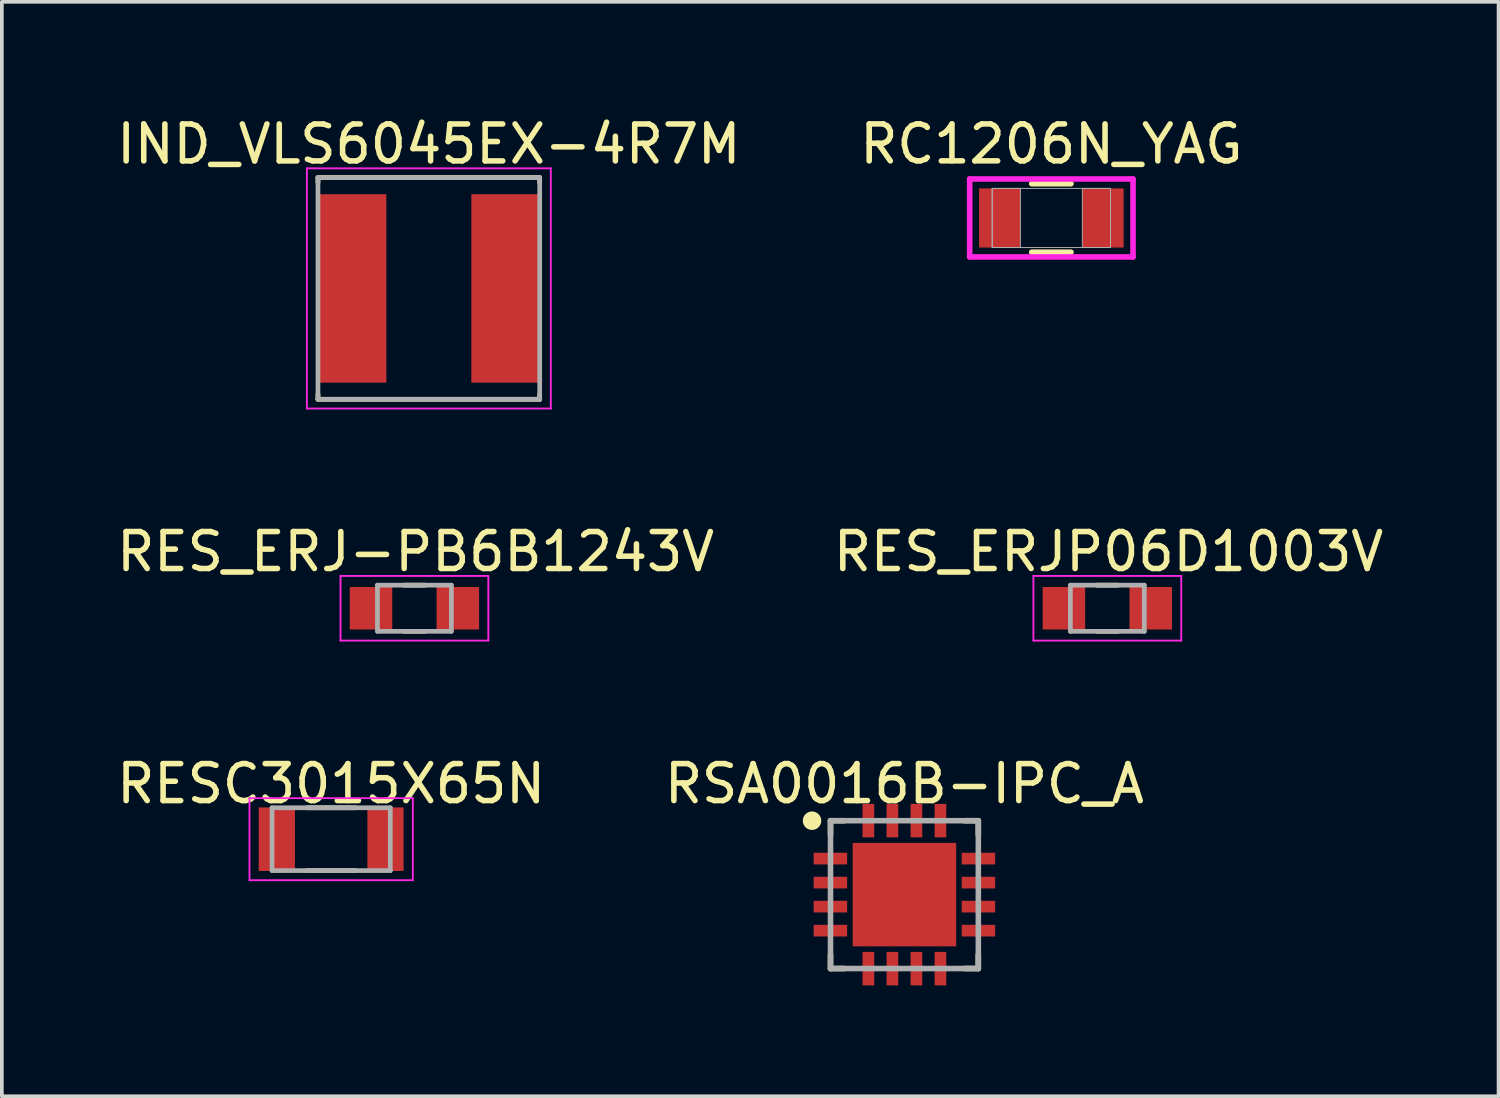
<source format=kicad_pcb>
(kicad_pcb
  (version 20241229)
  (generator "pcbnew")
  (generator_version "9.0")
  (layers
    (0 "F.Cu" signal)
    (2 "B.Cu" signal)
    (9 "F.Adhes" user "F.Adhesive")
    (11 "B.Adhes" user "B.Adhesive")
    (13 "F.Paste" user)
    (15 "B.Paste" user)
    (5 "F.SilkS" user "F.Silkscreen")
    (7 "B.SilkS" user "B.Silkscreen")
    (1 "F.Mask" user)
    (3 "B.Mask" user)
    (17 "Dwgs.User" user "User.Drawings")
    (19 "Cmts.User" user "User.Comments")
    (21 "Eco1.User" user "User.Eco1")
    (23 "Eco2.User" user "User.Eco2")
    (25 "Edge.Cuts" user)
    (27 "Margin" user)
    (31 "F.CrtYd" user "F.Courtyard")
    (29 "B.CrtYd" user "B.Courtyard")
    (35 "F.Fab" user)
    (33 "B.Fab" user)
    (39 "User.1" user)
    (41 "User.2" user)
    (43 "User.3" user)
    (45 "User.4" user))
  (footprint "RC1206N_YAG"
    (layer "F.Cu")
    (at 25.399 2.848)
    (property "Reference" "RC1206N_YAG" (at 0 -2 0) (unlocked yes) (layer "F.SilkS") (effects (font (size 1 1) (thickness 0.15))))
    (attr smd)
    (fp_line (start -0.531 0.927) (end 0.531 0.927) (stroke (width 0.152) (type solid)) (layer "F.SilkS"))
    (fp_line (start 0.531 -0.927) (end -0.531 -0.927) (stroke (width 0.152) (type solid)) (layer "F.SilkS"))
    (fp_line (start -2.21 -1.054) (end 2.21 -1.054) (stroke (width 0.152) (type solid)) (layer "F.CrtYd"))
    (fp_line (start -2.21 1.054) (end -2.21 -1.054) (stroke (width 0.152) (type solid)) (layer "F.CrtYd"))
    (fp_line (start 2.21 -1.054) (end 2.21 1.054) (stroke (width 0.152) (type solid)) (layer "F.CrtYd"))
    (fp_line (start 2.21 1.054) (end -2.21 1.054) (stroke (width 0.152) (type solid)) (layer "F.CrtYd"))
    (fp_line (start -1.6 -0.8) (end -1.6 0.8) (stroke (width 0.025) (type solid)) (layer "F.Fab"))
    (fp_line (start -1.6 -0.8) (end -1.6 0.8) (stroke (width 0.025) (type solid)) (layer "F.Fab"))
    (fp_line (start -1.6 0.8) (end -0.838 0.8) (stroke (width 0.025) (type solid)) (layer "F.Fab"))
    (fp_line (start -1.6 0.8) (end 1.6 0.8) (stroke (width 0.025) (type solid)) (layer "F.Fab"))
    (fp_line (start -0.838 -0.8) (end -1.6 -0.8) (stroke (width 0.025) (type solid)) (layer "F.Fab"))
    (fp_line (start -0.838 0.8) (end -0.838 -0.8) (stroke (width 0.025) (type solid)) (layer "F.Fab"))
    (fp_line (start 0.838 -0.8) (end 0.838 0.8) (stroke (width 0.025) (type solid)) (layer "F.Fab"))
    (fp_line (start 0.838 0.8) (end 1.6 0.8) (stroke (width 0.025) (type solid)) (layer "F.Fab"))
    (fp_line (start 1.6 -0.8) (end -1.6 -0.8) (stroke (width 0.025) (type solid)) (layer "F.Fab"))
    (fp_line (start 1.6 -0.8) (end 0.838 -0.8) (stroke (width 0.025) (type solid)) (layer "F.Fab"))
    (fp_line (start 1.6 0.8) (end 1.6 -0.8) (stroke (width 0.025) (type solid)) (layer "F.Fab"))
    (fp_line (start 1.6 0.8) (end 1.6 -0.8) (stroke (width 0.025) (type solid)) (layer "F.Fab"))
    (pad "1" smd rect (at -1.397 0) (size 1.118 1.6) (layers "F.Cu" "F.Mask" "F.Paste"))
    (pad "2" smd rect (at 1.397 0) (size 1.118 1.6) (layers "F.Cu" "F.Mask" "F.Paste"))
    (zone (net_name "") (layer "F.Cu") (hatch full 0.508) (connect_pads) (min_thickness 0.254) (filled_areas_thickness no) (keepout (tracks not_allowed) (vias not_allowed) (pads allowed) (copperpour not_allowed) (footprints allowed)) (placement (enabled no)) (fill) (polygon (pts (xy 24.611 2.099) (xy 26.186 2.099) (xy 26.186 3.598) (xy 24.611 3.598)))))
  (footprint "RSA0016B-IPC_A"
    (layer "F.Cu")
    (at 21.423 21.158)
    (property "Reference" "RSA0016B-IPC_A" (at 0 -3 0) (unlocked yes) (layer "F.SilkS") (effects (font (size 1 1) (thickness 0.15))))
    (attr smd)
    (fp_line (start -2 -2) (end -1.625 -2) (stroke (width 0.15) (type solid)) (layer "F.SilkS"))
    (fp_line (start -2 -1.625) (end -2 -2) (stroke (width 0.15) (type solid)) (layer "F.SilkS"))
    (fp_line (start -2 2) (end -2 1.625) (stroke (width 0.15) (type solid)) (layer "F.SilkS"))
    (fp_line (start -2 2) (end -1.625 2) (stroke (width 0.15) (type solid)) (layer "F.SilkS"))
    (fp_line (start 1.625 -2) (end 2 -2) (stroke (width 0.15) (type solid)) (layer "F.SilkS"))
    (fp_line (start 1.625 2) (end 2 2) (stroke (width 0.15) (type solid)) (layer "F.SilkS"))
    (fp_line (start 2 -1.625) (end 2 -2) (stroke (width 0.15) (type solid)) (layer "F.SilkS"))
    (fp_line (start 2 2) (end 2 1.625) (stroke (width 0.15) (type solid)) (layer "F.SilkS"))
    (fp_circle (center -2.5 -2) (end -2.375 -2) (stroke (width 0.25) (type solid)) (fill no) (layer "F.SilkS"))
    (fp_poly (pts (xy -0.885 0.885) (xy 0.885 0.885) (xy 0.885 -0.885) (xy -0.885 -0.885)) (stroke (width 0) (type solid)) (fill yes) (layer "F.Paste"))
    (fp_line (start -2 -2) (end 2 -2) (stroke (width 0.15) (type solid)) (layer "F.Fab"))
    (fp_line (start -2 2) (end -2 -2) (stroke (width 0.15) (type solid)) (layer "F.Fab"))
    (fp_line (start -2 2) (end 2 2) (stroke (width 0.15) (type solid)) (layer "F.Fab"))
    (fp_line (start 2 2) (end 2 -2) (stroke (width 0.15) (type solid)) (layer "F.Fab"))
    (pad "1" smd rect (at -2.003 -0.975 90) (size 0.316 0.906) (layers "F.Cu" "F.Mask" "F.Paste"))
    (pad "2" smd rect (at -2.003 -0.325 90) (size 0.316 0.906) (layers "F.Cu" "F.Mask" "F.Paste"))
    (pad "3" smd rect (at -2.003 0.325 90) (size 0.316 0.906) (layers "F.Cu" "F.Mask" "F.Paste"))
    (pad "4" smd rect (at -2.003 0.975 90) (size 0.316 0.906) (layers "F.Cu" "F.Mask" "F.Paste"))
    (pad "5" smd rect (at -0.975 2.003) (size 0.316 0.906) (layers "F.Cu" "F.Mask" "F.Paste"))
    (pad "6" smd rect (at -0.325 2.003) (size 0.316 0.906) (layers "F.Cu" "F.Mask" "F.Paste"))
    (pad "7" smd rect (at 0.325 2.003) (size 0.316 0.906) (layers "F.Cu" "F.Mask" "F.Paste"))
    (pad "8" smd rect (at 0.975 2.003) (size 0.316 0.906) (layers "F.Cu" "F.Mask" "F.Paste"))
    (pad "9" smd rect (at 2.003 0.975 90) (size 0.316 0.906) (layers "F.Cu" "F.Mask" "F.Paste"))
    (pad "10" smd rect (at 2.003 0.325 90) (size 0.316 0.906) (layers "F.Cu" "F.Mask" "F.Paste"))
    (pad "11" smd rect (at 2.003 -0.325 90) (size 0.316 0.906) (layers "F.Cu" "F.Mask" "F.Paste"))
    (pad "12" smd rect (at 2.003 -0.975 90) (size 0.316 0.906) (layers "F.Cu" "F.Mask" "F.Paste"))
    (pad "13" smd rect (at 0.975 -2.003) (size 0.316 0.906) (layers "F.Cu" "F.Mask" "F.Paste"))
    (pad "14" smd rect (at 0.325 -2.003) (size 0.316 0.906) (layers "F.Cu" "F.Mask" "F.Paste"))
    (pad "15" smd rect (at -0.325 -2.003) (size 0.316 0.906) (layers "F.Cu" "F.Mask" "F.Paste"))
    (pad "16" smd rect (at -0.975 -2.003) (size 0.316 0.906) (layers "F.Cu" "F.Mask" "F.Paste"))
    (pad "17" smd rect (at 0 0) (size 2.8 2.8) (layers "F.Cu" "F.Mask")))
  (footprint "RES_ERJP06D1003V"
    (layer "F.Cu")
    (at 26.914 13.409)
    (property "Reference" "RES_ERJP06D1003V" (at 0.032 -1.531 0) (layer "F.SilkS") (effects (font (size 1 1) (thickness 0.15))))
    (attr smd)
    (fp_line (start -0.28 -0.625) (end 0.28 -0.625) (stroke (width 0.127) (type solid)) (layer "F.SilkS"))
    (fp_line (start -0.28 0.625) (end 0.28 0.625) (stroke (width 0.127) (type solid)) (layer "F.SilkS"))
    (fp_line (start -2 -0.875) (end -2 0.875) (stroke (width 0.05) (type solid)) (layer "F.CrtYd"))
    (fp_line (start -2 0.875) (end 2 0.875) (stroke (width 0.05) (type solid)) (layer "F.CrtYd"))
    (fp_line (start 2 -0.875) (end -2 -0.875) (stroke (width 0.05) (type solid)) (layer "F.CrtYd"))
    (fp_line (start 2 0.875) (end 2 -0.875) (stroke (width 0.05) (type solid)) (layer "F.CrtYd"))
    (fp_line (start -1 -0.625) (end -1 0.625) (stroke (width 0.127) (type solid)) (layer "F.Fab"))
    (fp_line (start -1 -0.625) (end 1 -0.625) (stroke (width 0.127) (type solid)) (layer "F.Fab"))
    (fp_line (start -1 0.625) (end 1 0.625) (stroke (width 0.127) (type solid)) (layer "F.Fab"))
    (fp_line (start 1 -0.625) (end 1 0.625) (stroke (width 0.127) (type solid)) (layer "F.Fab"))
    (pad "1" smd rect (at -1.175 0) (size 1.15 1.15) (layers "F.Cu" "F.Mask" "F.Paste"))
    (pad "2" smd rect (at 1.175 0) (size 1.15 1.15) (layers "F.Cu" "F.Mask" "F.Paste")))
  (footprint "RESC3015X65N"
    (layer "F.Cu")
    (at 5.911 19.658)
    (property "Reference" "RESC3015X65N" (at 0 -1.5 0) (layer "F.SilkS") (effects (font (size 1 1) (thickness 0.15))))
    (attr smd)
    (fp_line (start -0.66 -0.85) (end 0.66 -0.85) (stroke (width 0.127) (type solid)) (layer "F.SilkS"))
    (fp_line (start -0.66 0.85) (end 0.66 0.85) (stroke (width 0.127) (type solid)) (layer "F.SilkS"))
    (fp_line (start -2.21 -1.11) (end 2.21 -1.11) (stroke (width 0.05) (type solid)) (layer "F.CrtYd"))
    (fp_line (start -2.21 1.11) (end -2.21 -1.11) (stroke (width 0.05) (type solid)) (layer "F.CrtYd"))
    (fp_line (start -2.21 1.11) (end 2.21 1.11) (stroke (width 0.05) (type solid)) (layer "F.CrtYd"))
    (fp_line (start 2.21 1.11) (end 2.21 -1.11) (stroke (width 0.05) (type solid)) (layer "F.CrtYd"))
    (fp_line (start -1.6 0.85) (end -1.6 -0.85) (stroke (width 0.127) (type solid)) (layer "F.Fab"))
    (fp_line (start 1.6 -0.85) (end -1.6 -0.85) (stroke (width 0.127) (type solid)) (layer "F.Fab"))
    (fp_line (start 1.6 0.85) (end -1.6 0.85) (stroke (width 0.127) (type solid)) (layer "F.Fab"))
    (fp_line (start 1.6 0.85) (end 1.6 -0.85) (stroke (width 0.127) (type solid)) (layer "F.Fab"))
    (pad "1" smd rect (at -1.47 0) (size 0.98 1.72) (layers "F.Cu" "F.Mask" "F.Paste"))
    (pad "2" smd rect (at 1.47 0) (size 0.98 1.72) (layers "F.Cu" "F.Mask" "F.Paste")))
  (footprint "RES_ERJ-PB6B1243V"
    (layer "F.Cu")
    (at 8.164 13.409)
    (property "Reference" "RES_ERJ-PB6B1243V" (at 0.032 -1.531 0) (layer "F.SilkS") (effects (font (size 1 1) (thickness 0.15))))
    (attr smd)
    (fp_line (start -0.28 -0.625) (end 0.28 -0.625) (stroke (width 0.127) (type solid)) (layer "F.SilkS"))
    (fp_line (start -0.28 0.625) (end 0.28 0.625) (stroke (width 0.127) (type solid)) (layer "F.SilkS"))
    (fp_line (start -2 -0.875) (end -2 0.875) (stroke (width 0.05) (type solid)) (layer "F.CrtYd"))
    (fp_line (start -2 0.875) (end 2 0.875) (stroke (width 0.05) (type solid)) (layer "F.CrtYd"))
    (fp_line (start 2 -0.875) (end -2 -0.875) (stroke (width 0.05) (type solid)) (layer "F.CrtYd"))
    (fp_line (start 2 0.875) (end 2 -0.875) (stroke (width 0.05) (type solid)) (layer "F.CrtYd"))
    (fp_line (start -1 -0.625) (end -1 0.625) (stroke (width 0.127) (type solid)) (layer "F.Fab"))
    (fp_line (start -1 -0.625) (end 1 -0.625) (stroke (width 0.127) (type solid)) (layer "F.Fab"))
    (fp_line (start -1 0.625) (end 1 0.625) (stroke (width 0.127) (type solid)) (layer "F.Fab"))
    (fp_line (start 1 -0.625) (end 1 0.625) (stroke (width 0.127) (type solid)) (layer "F.Fab"))
    (pad "1" smd rect (at -1.175 0) (size 1.15 1.15) (layers "F.Cu" "F.Mask" "F.Paste"))
    (pad "2" smd rect (at 1.175 0) (size 1.15 1.15) (layers "F.Cu" "F.Mask" "F.Paste")))
  (footprint "IND_VLS6045EX-4R7M"
    (layer "F.Cu")
    (at 8.554 4.755)
    (property "Reference" "IND_VLS6045EX-4R7M" (at 0 -3.906 0) (layer "F.SilkS") (effects (font (size 1 1) (thickness 0.15))))
    (attr smd)
    (fp_line (start -3 -3) (end -3 -2.87) (stroke (width 0.127) (type solid)) (layer "F.SilkS"))
    (fp_line (start -3 -3) (end 3 -3) (stroke (width 0.127) (type solid)) (layer "F.SilkS"))
    (fp_line (start -3 3) (end -3 2.87) (stroke (width 0.127) (type solid)) (layer "F.SilkS"))
    (fp_line (start -3 3) (end 3 3) (stroke (width 0.127) (type solid)) (layer "F.SilkS"))
    (fp_line (start 3 -3) (end 3 -2.87) (stroke (width 0.127) (type solid)) (layer "F.SilkS"))
    (fp_line (start 3 3) (end 3 2.87) (stroke (width 0.127) (type solid)) (layer "F.SilkS"))
    (fp_line (start -3.3 -3.25) (end -3.3 3.25) (stroke (width 0.05) (type solid)) (layer "F.CrtYd"))
    (fp_line (start -3.3 3.25) (end 3.3 3.25) (stroke (width 0.05) (type solid)) (layer "F.CrtYd"))
    (fp_line (start 3.3 -3.25) (end -3.3 -3.25) (stroke (width 0.05) (type solid)) (layer "F.CrtYd"))
    (fp_line (start 3.3 3.25) (end 3.3 -3.25) (stroke (width 0.05) (type solid)) (layer "F.CrtYd"))
    (fp_line (start -3 -3) (end -3 3) (stroke (width 0.127) (type solid)) (layer "F.Fab"))
    (fp_line (start -3 -3) (end 3 -3) (stroke (width 0.127) (type solid)) (layer "F.Fab"))
    (fp_line (start -3 3) (end 3 3) (stroke (width 0.127) (type solid)) (layer "F.Fab"))
    (fp_line (start 3 -3) (end 3 3) (stroke (width 0.127) (type solid)) (layer "F.Fab"))
    (pad "1" smd rect (at -2.1 0) (size 1.9 5.1) (layers "F.Cu" "F.Mask" "F.Paste"))
    (pad "2" smd rect (at 2.1 0) (size 1.9 5.1) (layers "F.Cu" "F.Mask" "F.Paste"))
    (zone (net_name "") (layers "F.Cu" "B.Cu") (hatch edge 0.5) (connect_pads) (min_thickness 0.25) (filled_areas_thickness no) (keepout (tracks not_allowed) (vias not_allowed) (pads not_allowed) (copperpour not_allowed) (footprints allowed)) (placement (enabled no)) (fill) (polygon (pts (xy 5.504 2.205) (xy 5.504 1.755) (xy 11.604 1.755) (xy 11.604 2.205) (xy 9.704 2.205) (xy 9.704 7.305) (xy 11.604 7.305) (xy 11.604 7.755) (xy 5.504 7.755) (xy 5.504 7.305) (xy 7.404 7.305) (xy 7.404 2.205)))))
  (gr_rect
    (start -3 -3)
    (end 37.5 26.614)
    (stroke (width 0.1) (type default))
    (fill no)
    (layer "Edge.Cuts")))
</source>
